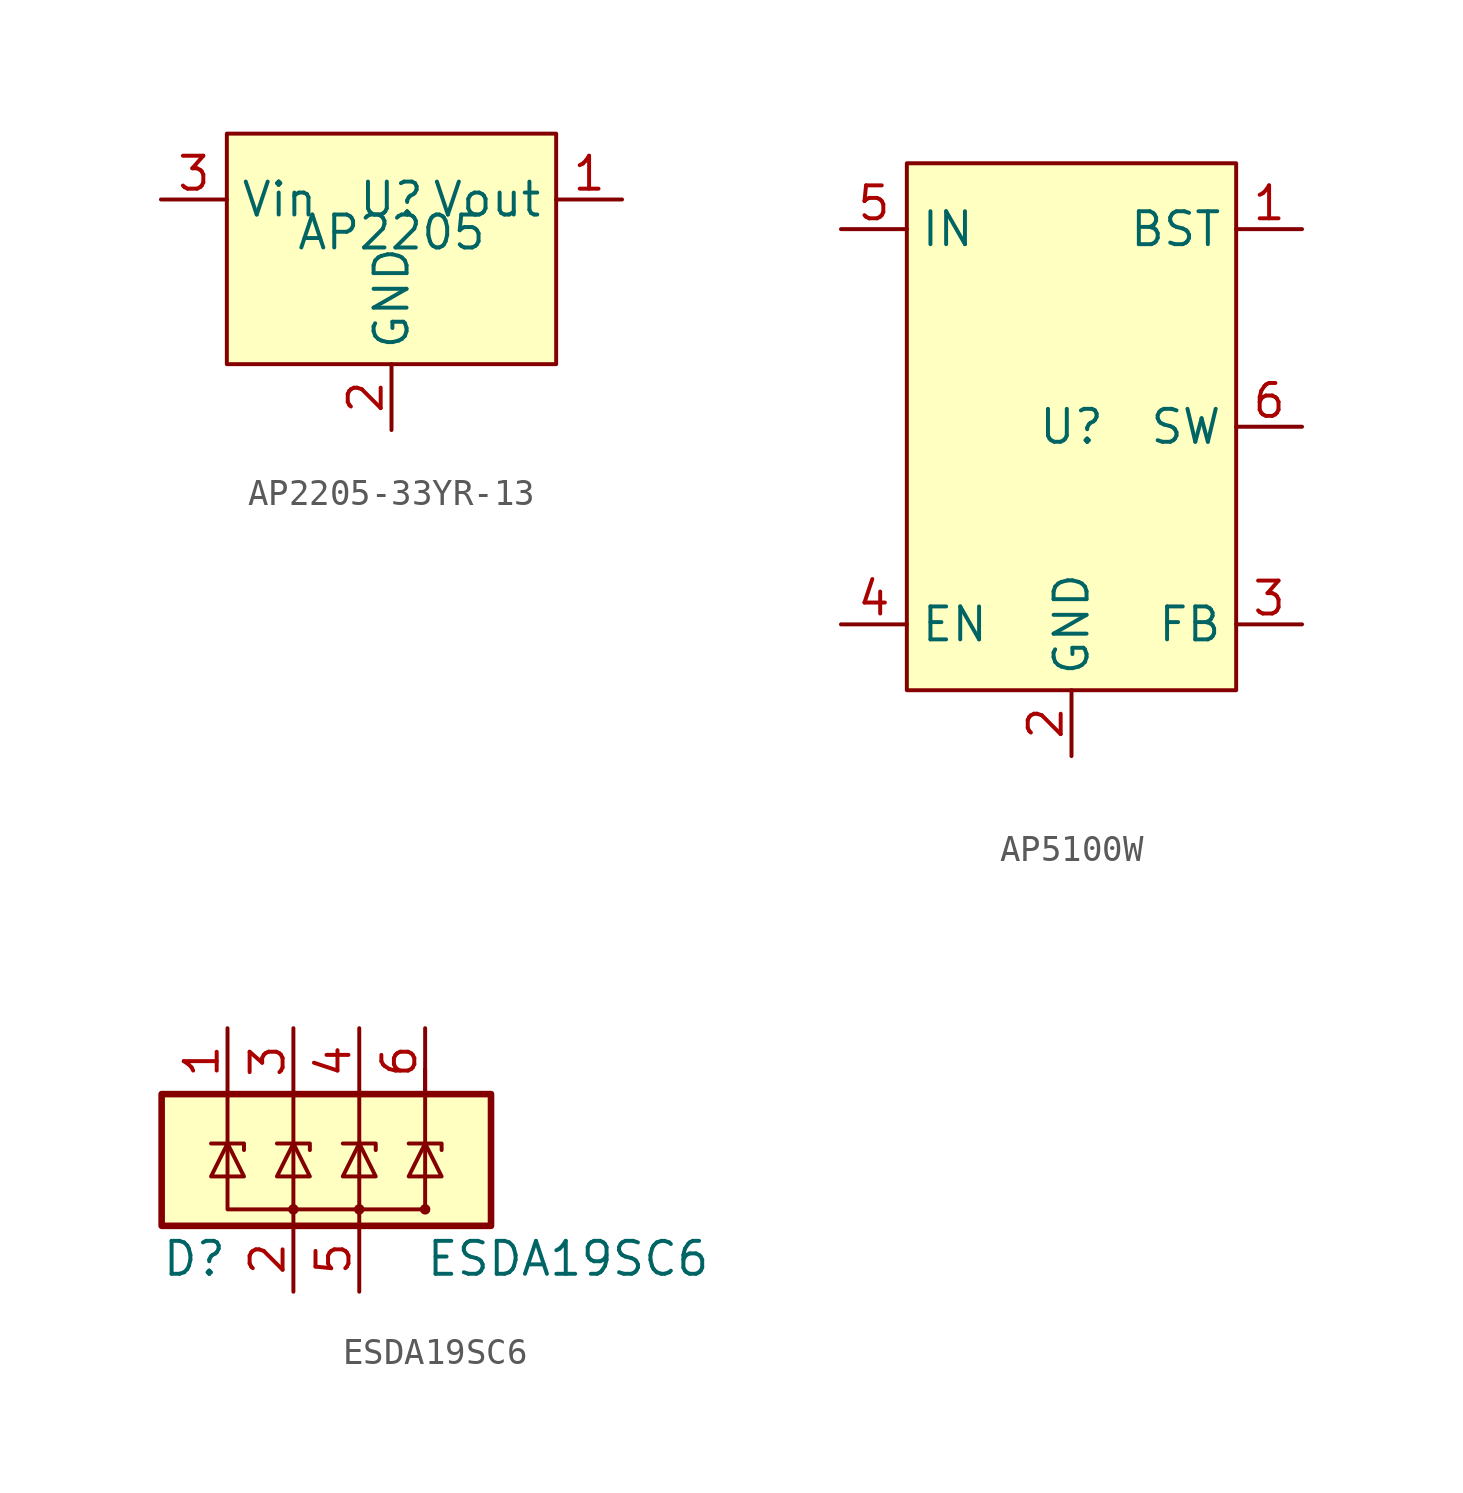
<source format=kicad_sym>
(kicad_symbol_lib
  (version 20241209)
  (generator "kicad_symbol_editor")
  (generator_version "9.0")
  (symbol "AP2205-33YR-13"
    (property "Reference" "U"
      (at 0 1.27 0)
      (effects (font (size 1.27 1.27))))
    (property "Value" "AP2205"
      (at 0 0 0)
      (effects (font (size 1.27 1.27))))
    (symbol "AP2205-33YR-13_1_1"
      (rectangle (start -6.35 3.81) (end 6.35 -5.08) (stroke (width 0) (type solid)) (fill (type background)))
      (pin power_in line (at -8.89 1.27 0) (length 2.54) (name "Vin" (effects (font (size 1.27 1.27)))) (number "3" (effects (font (size 1.27 1.27)))))
      (pin passive line (at 0 -7.62 90) (length 2.54) (name "GND" (effects (font (size 1.27 1.27)))) (number "2" (effects (font (size 1.27 1.27)))))
      (pin power_out line (at 8.89 1.27 180) (length 2.54) (name "Vout" (effects (font (size 1.27 1.27)))) (number "1" (effects (font (size 1.27 1.27)))))))
  (symbol "AP5100W"
    (property "Reference" "U"
      (at 0 0 0)
      (effects (font (size 1.27 1.27))))
    (property "Value" ""
      (at 0 0 0)
      (effects (font (size 1.27 1.27))))
    (symbol "AP5100W_1_1"
      (rectangle (start -6.35 10.16) (end 6.35 -10.16) (stroke (width 0) (type solid)) (fill (type background)))
      (pin power_in line (at -8.89 7.62 0) (length 2.54) (name "IN" (effects (font (size 1.27 1.27)))) (number "5" (effects (font (size 1.27 1.27)))))
      (pin input line (at -8.89 -7.62 0) (length 2.54) (name "EN" (effects (font (size 1.27 1.27)))) (number "4" (effects (font (size 1.27 1.27)))))
      (pin passive line (at 0 -12.7 90) (length 2.54) (name "GND" (effects (font (size 1.27 1.27)))) (number "2" (effects (font (size 1.27 1.27)))))
      (pin passive line (at 8.89 7.62 180) (length 2.54) (name "BST" (effects (font (size 1.27 1.27)))) (number "1" (effects (font (size 1.27 1.27)))))
      (pin power_out line (at 8.89 0 180) (length 2.54) (name "SW" (effects (font (size 1.27 1.27)))) (number "6" (effects (font (size 1.27 1.27)))))
      (pin input line (at 8.89 -7.62 180) (length 2.54) (name "FB" (effects (font (size 1.27 1.27)))) (number "3" (effects (font (size 1.27 1.27)))))))
  (symbol "ESDA19SC6"
    (pin_names
      (hide yes))
    (property "Reference" "D"
      (at -3.81 -3.81 0)
      (effects (font (size 1.27 1.27)) (justify right)))
    (property "Value" "ESDA19SC6"
      (at 3.81 -3.81 0)
      (effects (font (size 1.27 1.27)) (justify left)))
    (symbol "ESDA19SC6_0_0"
      (pin passive line (at -1.27 -5.08 90) (length 2.54) (name "GND" (effects (font (size 1.27 1.27)))) (number "2" (effects (font (size 1.27 1.27))))))
    (symbol "ESDA19SC6_0_1"
      (rectangle (start -6.35 2.54) (end 6.35 -2.54) (stroke (width 0.254) (type default)) (fill (type background)))
      (polyline (pts (xy -4.445 0.635) (xy -3.175 0.635) (xy -3.175 0.381)) (stroke (width 0) (type default)) (fill (type none)))
      (polyline (pts (xy -4.445 -0.635) (xy -3.175 -0.635) (xy -3.81 0.635) (xy -4.445 -0.635)) (stroke (width 0) (type default)) (fill (type none)))
      (polyline (pts (xy -3.81 2.54) (xy -3.81 -1.905) (xy 3.81 -1.905) (xy 3.81 3.493)) (stroke (width 0) (type default)) (fill (type none)))
      (polyline (pts (xy -1.905 0.635) (xy -0.635 0.635) (xy -0.635 0.381)) (stroke (width 0) (type default)) (fill (type none)))
      (polyline (pts (xy -1.905 -0.635) (xy -0.635 -0.635) (xy -1.27 0.635) (xy -1.905 -0.635)) (stroke (width 0) (type default)) (fill (type none)))
      (polyline (pts (xy -1.27 2.54) (xy -1.27 -2.54)) (stroke (width 0) (type default)) (fill (type none)))
      (circle (center -1.27 -1.905) (radius 0.127) (stroke (width 0) (type default)) (fill (type none)))
      (polyline (pts (xy 0.635 0.635) (xy 1.905 0.635) (xy 1.905 0.381)) (stroke (width 0) (type default)) (fill (type none)))
      (polyline (pts (xy 0.635 -0.635) (xy 1.905 -0.635) (xy 1.27 0.635) (xy 0.635 -0.635)) (stroke (width 0) (type default)) (fill (type none)))
      (polyline (pts (xy 1.27 2.54) (xy 1.27 -2.54)) (stroke (width 0) (type default)) (fill (type none)))
      (circle (center 1.27 -1.905) (radius 0.127) (stroke (width 0) (type default)) (fill (type none)))
      (polyline (pts (xy 3.175 0.635) (xy 4.445 0.635) (xy 4.445 0.381)) (stroke (width 0) (type default)) (fill (type none)))
      (polyline (pts (xy 3.175 -0.635) (xy 4.445 -0.635) (xy 3.81 0.635) (xy 3.175 -0.635)) (stroke (width 0) (type default)) (fill (type none)))
      (circle (center 3.81 -1.905) (radius 0.127) (stroke (width 0) (type default)) (fill (type none))))
    (symbol "ESDA19SC6_1_1"
      (pin passive line (at -3.81 5.08 270) (length 2.54) (name "IO1" (effects (font (size 1.27 1.27)))) (number "1" (effects (font (size 1.27 1.27)))))
      (pin passive line (at -1.27 5.08 270) (length 2.54) (name "IO2" (effects (font (size 1.27 1.27)))) (number "3" (effects (font (size 1.27 1.27)))))
      (pin passive line (at 1.27 5.08 270) (length 2.54) (name "IO3" (effects (font (size 1.27 1.27)))) (number "4" (effects (font (size 1.27 1.27)))))
      (pin passive line (at 1.27 -5.08 90) (length 2.54) (name "IO4" (effects (font (size 1.27 1.27)))) (number "5" (effects (font (size 1.27 1.27)))))
      (pin passive line (at 3.81 5.08 270) (length 2.54) (name "IO5" (effects (font (size 1.27 1.27)))) (number "6" (effects (font (size 1.27 1.27))))))))
</source>
